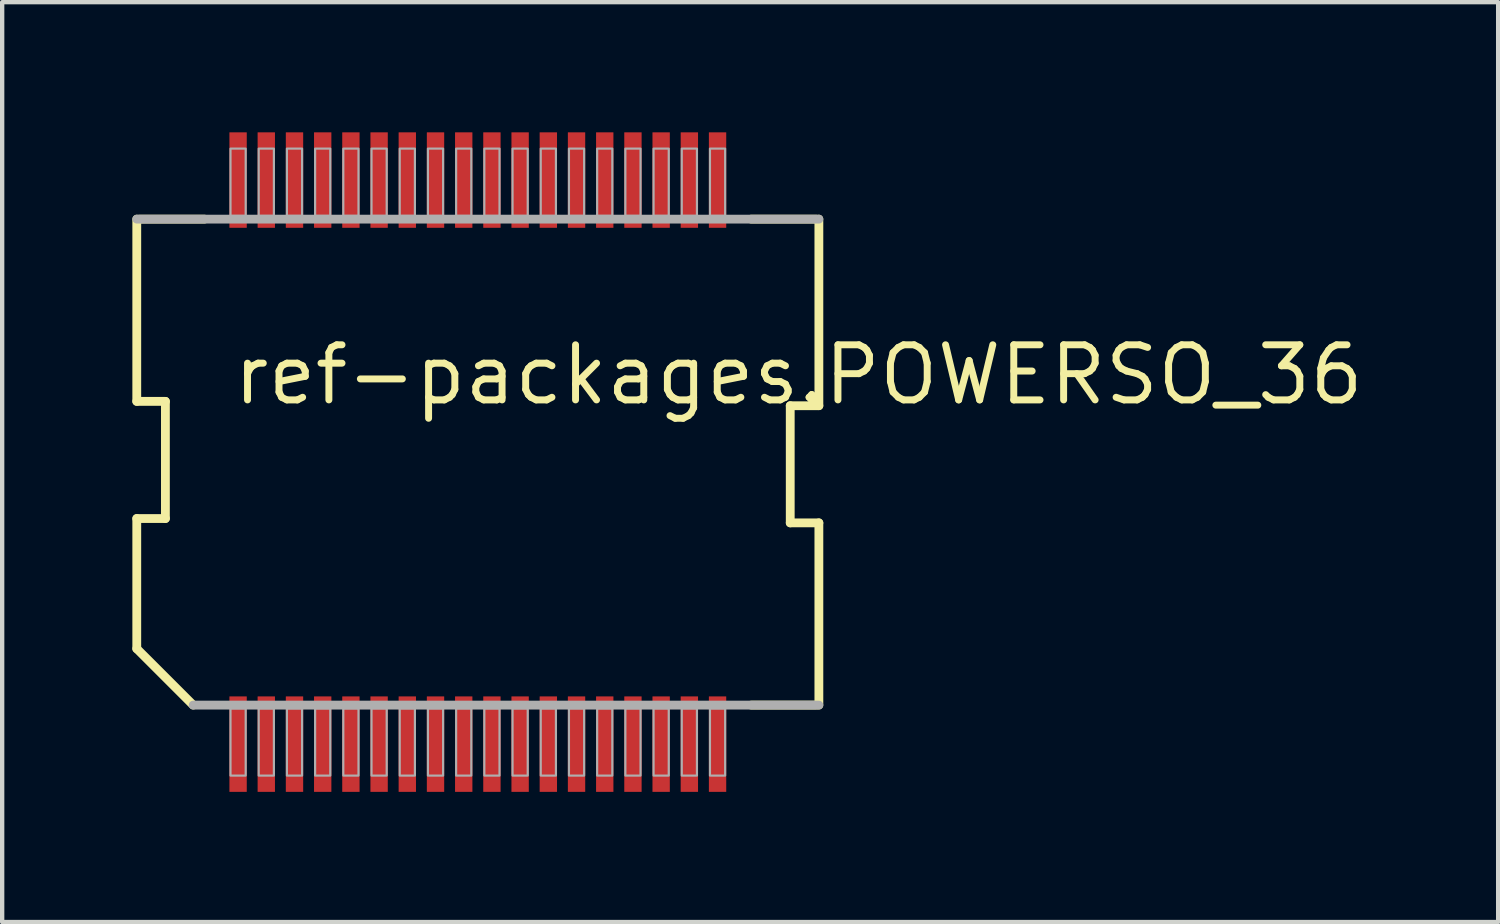
<source format=kicad_pcb>
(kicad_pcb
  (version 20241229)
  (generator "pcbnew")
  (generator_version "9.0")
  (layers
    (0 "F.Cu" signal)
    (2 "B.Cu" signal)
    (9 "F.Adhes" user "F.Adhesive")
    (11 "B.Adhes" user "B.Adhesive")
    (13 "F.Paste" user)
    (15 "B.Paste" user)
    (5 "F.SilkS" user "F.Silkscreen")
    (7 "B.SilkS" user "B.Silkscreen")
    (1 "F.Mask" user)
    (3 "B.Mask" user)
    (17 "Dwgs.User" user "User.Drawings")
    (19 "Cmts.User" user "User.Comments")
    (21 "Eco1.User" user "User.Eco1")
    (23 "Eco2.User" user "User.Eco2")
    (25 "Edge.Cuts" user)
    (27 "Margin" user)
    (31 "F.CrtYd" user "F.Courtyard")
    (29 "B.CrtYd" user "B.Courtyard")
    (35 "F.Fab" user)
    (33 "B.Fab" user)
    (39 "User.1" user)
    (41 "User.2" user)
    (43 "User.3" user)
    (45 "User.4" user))
  (footprint "ref-packages.POWERSO_36"
    (layer "F.Cu")
    (at 7.962 7.6)
    (property "Reference" "ref-packages.POWERSO_36" (at -5.715 -1.27 0) (layer "F.SilkS") (effects (font (size 1.27 1.27) (thickness 0.16)) (justify left bottom)))
    (attr smd)
    (fp_line (start -7.86 -1.4) (end -7.86 -5.6) (stroke (width 0.203) (type default)) (layer "F.SilkS"))
    (fp_line (start -7.86 1.3) (end -7.2 1.3) (stroke (width 0.203) (type default)) (layer "F.SilkS"))
    (fp_line (start -7.86 4.3) (end -7.86 1.3) (stroke (width 0.203) (type default)) (layer "F.SilkS"))
    (fp_line (start -7.8 -5.6) (end -6.3 -5.6) (stroke (width 0.203) (type default)) (layer "F.SilkS"))
    (fp_line (start -7.2 -1.4) (end -7.86 -1.4) (stroke (width 0.203) (type default)) (layer "F.SilkS"))
    (fp_line (start -7.2 1.3) (end -7.2 -1.4) (stroke (width 0.203) (type default)) (layer "F.SilkS"))
    (fp_line (start -6.56 5.6) (end -7.86 4.3) (stroke (width 0.203) (type default)) (layer "F.SilkS"))
    (fp_line (start 7.2 -1.3) (end 7.2 1.4) (stroke (width 0.203) (type default)) (layer "F.SilkS"))
    (fp_line (start 7.2 1.4) (end 7.86 1.4) (stroke (width 0.203) (type default)) (layer "F.SilkS"))
    (fp_line (start 7.8 -5.6) (end 6.3 -5.6) (stroke (width 0.203) (type default)) (layer "F.SilkS"))
    (fp_line (start 7.8 5.6) (end 6.3 5.6) (stroke (width 0.203) (type default)) (layer "F.SilkS"))
    (fp_line (start 7.86 -5.6) (end 7.86 -1.3) (stroke (width 0.203) (type default)) (layer "F.SilkS"))
    (fp_line (start 7.86 -1.3) (end 7.2 -1.3) (stroke (width 0.203) (type default)) (layer "F.SilkS"))
    (fp_line (start 7.86 1.4) (end 7.86 5.6) (stroke (width 0.203) (type default)) (layer "F.SilkS"))
    (fp_line (start -7.86 -5.6) (end 7.86 -5.6) (stroke (width 0.203) (type default)) (layer "F.Fab"))
    (fp_line (start 7.86 5.6) (end -6.56 5.6) (stroke (width 0.203) (type default)) (layer "F.Fab"))
    (fp_rect (start -5.7 -5.675) (end -5.35 -7.225) (stroke (width 0.05) (type default)) (fill no) (layer "F.Fab"))
    (fp_rect (start -5.7 7.225) (end -5.35 5.675) (stroke (width 0.05) (type default)) (fill no) (layer "F.Fab"))
    (fp_rect (start -5.05 -5.675) (end -4.7 -7.225) (stroke (width 0.05) (type default)) (fill no) (layer "F.Fab"))
    (fp_rect (start -5.05 7.225) (end -4.7 5.675) (stroke (width 0.05) (type default)) (fill no) (layer "F.Fab"))
    (fp_rect (start -4.4 -5.675) (end -4.05 -7.225) (stroke (width 0.05) (type default)) (fill no) (layer "F.Fab"))
    (fp_rect (start -4.4 7.225) (end -4.05 5.675) (stroke (width 0.05) (type default)) (fill no) (layer "F.Fab"))
    (fp_rect (start -3.75 -5.675) (end -3.4 -7.225) (stroke (width 0.05) (type default)) (fill no) (layer "F.Fab"))
    (fp_rect (start -3.75 7.225) (end -3.4 5.675) (stroke (width 0.05) (type default)) (fill no) (layer "F.Fab"))
    (fp_rect (start -3.1 -5.675) (end -2.75 -7.225) (stroke (width 0.05) (type default)) (fill no) (layer "F.Fab"))
    (fp_rect (start -3.1 7.225) (end -2.75 5.675) (stroke (width 0.05) (type default)) (fill no) (layer "F.Fab"))
    (fp_rect (start -2.45 -5.675) (end -2.1 -7.225) (stroke (width 0.05) (type default)) (fill no) (layer "F.Fab"))
    (fp_rect (start -2.45 7.225) (end -2.1 5.675) (stroke (width 0.05) (type default)) (fill no) (layer "F.Fab"))
    (fp_rect (start -1.8 -5.675) (end -1.45 -7.225) (stroke (width 0.05) (type default)) (fill no) (layer "F.Fab"))
    (fp_rect (start -1.8 7.225) (end -1.45 5.675) (stroke (width 0.05) (type default)) (fill no) (layer "F.Fab"))
    (fp_rect (start -1.15 -5.675) (end -0.8 -7.225) (stroke (width 0.05) (type default)) (fill no) (layer "F.Fab"))
    (fp_rect (start -1.15 7.225) (end -0.8 5.675) (stroke (width 0.05) (type default)) (fill no) (layer "F.Fab"))
    (fp_rect (start -0.5 -5.675) (end -0.15 -7.225) (stroke (width 0.05) (type default)) (fill no) (layer "F.Fab"))
    (fp_rect (start -0.5 7.225) (end -0.15 5.675) (stroke (width 0.05) (type default)) (fill no) (layer "F.Fab"))
    (fp_rect (start 0.15 -5.675) (end 0.5 -7.225) (stroke (width 0.05) (type default)) (fill no) (layer "F.Fab"))
    (fp_rect (start 0.15 7.225) (end 0.5 5.675) (stroke (width 0.05) (type default)) (fill no) (layer "F.Fab"))
    (fp_rect (start 0.8 -5.675) (end 1.15 -7.225) (stroke (width 0.05) (type default)) (fill no) (layer "F.Fab"))
    (fp_rect (start 0.8 7.225) (end 1.15 5.675) (stroke (width 0.05) (type default)) (fill no) (layer "F.Fab"))
    (fp_rect (start 1.45 -5.675) (end 1.8 -7.225) (stroke (width 0.05) (type default)) (fill no) (layer "F.Fab"))
    (fp_rect (start 1.45 7.225) (end 1.8 5.675) (stroke (width 0.05) (type default)) (fill no) (layer "F.Fab"))
    (fp_rect (start 2.1 -5.675) (end 2.45 -7.225) (stroke (width 0.05) (type default)) (fill no) (layer "F.Fab"))
    (fp_rect (start 2.1 7.225) (end 2.45 5.675) (stroke (width 0.05) (type default)) (fill no) (layer "F.Fab"))
    (fp_rect (start 2.75 -5.675) (end 3.1 -7.225) (stroke (width 0.05) (type default)) (fill no) (layer "F.Fab"))
    (fp_rect (start 2.75 7.225) (end 3.1 5.675) (stroke (width 0.05) (type default)) (fill no) (layer "F.Fab"))
    (fp_rect (start 3.4 -5.675) (end 3.75 -7.225) (stroke (width 0.05) (type default)) (fill no) (layer "F.Fab"))
    (fp_rect (start 3.4 7.225) (end 3.75 5.675) (stroke (width 0.05) (type default)) (fill no) (layer "F.Fab"))
    (fp_rect (start 4.05 -5.675) (end 4.4 -7.225) (stroke (width 0.05) (type default)) (fill no) (layer "F.Fab"))
    (fp_rect (start 4.05 7.225) (end 4.4 5.675) (stroke (width 0.05) (type default)) (fill no) (layer "F.Fab"))
    (fp_rect (start 4.7 -5.675) (end 5.05 -7.225) (stroke (width 0.05) (type default)) (fill no) (layer "F.Fab"))
    (fp_rect (start 4.7 7.225) (end 5.05 5.675) (stroke (width 0.05) (type default)) (fill no) (layer "F.Fab"))
    (fp_rect (start 5.35 -5.675) (end 5.7 -7.225) (stroke (width 0.05) (type default)) (fill no) (layer "F.Fab"))
    (fp_rect (start 5.35 7.225) (end 5.7 5.675) (stroke (width 0.05) (type default)) (fill no) (layer "F.Fab"))
    (pad "1" smd roundrect (at -5.525 6.5) (size 0.4 2.2) (layers "F.Cu" "F.Mask" "F.Paste") (roundrect_rratio 0.01))
    (pad "2" smd roundrect (at -4.875 6.5) (size 0.4 2.2) (layers "F.Cu" "F.Mask" "F.Paste") (roundrect_rratio 0.01))
    (pad "3" smd roundrect (at -4.225 6.5) (size 0.4 2.2) (layers "F.Cu" "F.Mask" "F.Paste") (roundrect_rratio 0.01))
    (pad "4" smd roundrect (at -3.575 6.5) (size 0.4 2.2) (layers "F.Cu" "F.Mask" "F.Paste") (roundrect_rratio 0.01))
    (pad "5" smd roundrect (at -2.925 6.5) (size 0.4 2.2) (layers "F.Cu" "F.Mask" "F.Paste") (roundrect_rratio 0.01))
    (pad "6" smd roundrect (at -2.275 6.5) (size 0.4 2.2) (layers "F.Cu" "F.Mask" "F.Paste") (roundrect_rratio 0.01))
    (pad "7" smd roundrect (at -1.625 6.5) (size 0.4 2.2) (layers "F.Cu" "F.Mask" "F.Paste") (roundrect_rratio 0.01))
    (pad "8" smd roundrect (at -0.975 6.5) (size 0.4 2.2) (layers "F.Cu" "F.Mask" "F.Paste") (roundrect_rratio 0.01))
    (pad "9" smd roundrect (at -0.325 6.5) (size 0.4 2.2) (layers "F.Cu" "F.Mask" "F.Paste") (roundrect_rratio 0.01))
    (pad "10" smd roundrect (at 0.325 6.5) (size 0.4 2.2) (layers "F.Cu" "F.Mask" "F.Paste") (roundrect_rratio 0.01))
    (pad "11" smd roundrect (at 0.975 6.5) (size 0.4 2.2) (layers "F.Cu" "F.Mask" "F.Paste") (roundrect_rratio 0.01))
    (pad "12" smd roundrect (at 1.625 6.5) (size 0.4 2.2) (layers "F.Cu" "F.Mask" "F.Paste") (roundrect_rratio 0.01))
    (pad "13" smd roundrect (at 2.275 6.5) (size 0.4 2.2) (layers "F.Cu" "F.Mask" "F.Paste") (roundrect_rratio 0.01))
    (pad "14" smd roundrect (at 2.925 6.5) (size 0.4 2.2) (layers "F.Cu" "F.Mask" "F.Paste") (roundrect_rratio 0.01))
    (pad "15" smd roundrect (at 3.575 6.5) (size 0.4 2.2) (layers "F.Cu" "F.Mask" "F.Paste") (roundrect_rratio 0.01))
    (pad "16" smd roundrect (at 4.225 6.5) (size 0.4 2.2) (layers "F.Cu" "F.Mask" "F.Paste") (roundrect_rratio 0.01))
    (pad "17" smd roundrect (at 4.875 6.5) (size 0.4 2.2) (layers "F.Cu" "F.Mask" "F.Paste") (roundrect_rratio 0.01))
    (pad "18" smd roundrect (at 5.525 6.5) (size 0.4 2.2) (layers "F.Cu" "F.Mask" "F.Paste") (roundrect_rratio 0.01))
    (pad "19" smd roundrect (at 5.525 -6.5) (size 0.4 2.2) (layers "F.Cu" "F.Mask" "F.Paste") (roundrect_rratio 0.01))
    (pad "20" smd roundrect (at 4.875 -6.5) (size 0.4 2.2) (layers "F.Cu" "F.Mask" "F.Paste") (roundrect_rratio 0.01))
    (pad "21" smd roundrect (at 4.225 -6.5) (size 0.4 2.2) (layers "F.Cu" "F.Mask" "F.Paste") (roundrect_rratio 0.01))
    (pad "22" smd roundrect (at 3.575 -6.5) (size 0.4 2.2) (layers "F.Cu" "F.Mask" "F.Paste") (roundrect_rratio 0.01))
    (pad "23" smd roundrect (at 2.925 -6.5) (size 0.4 2.2) (layers "F.Cu" "F.Mask" "F.Paste") (roundrect_rratio 0.01))
    (pad "24" smd roundrect (at 2.275 -6.5) (size 0.4 2.2) (layers "F.Cu" "F.Mask" "F.Paste") (roundrect_rratio 0.01))
    (pad "25" smd roundrect (at 1.625 -6.5) (size 0.4 2.2) (layers "F.Cu" "F.Mask" "F.Paste") (roundrect_rratio 0.01))
    (pad "26" smd roundrect (at 0.975 -6.5) (size 0.4 2.2) (layers "F.Cu" "F.Mask" "F.Paste") (roundrect_rratio 0.01))
    (pad "27" smd roundrect (at 0.325 -6.5) (size 0.4 2.2) (layers "F.Cu" "F.Mask" "F.Paste") (roundrect_rratio 0.01))
    (pad "28" smd roundrect (at -0.325 -6.5) (size 0.4 2.2) (layers "F.Cu" "F.Mask" "F.Paste") (roundrect_rratio 0.01))
    (pad "29" smd roundrect (at -0.975 -6.5) (size 0.4 2.2) (layers "F.Cu" "F.Mask" "F.Paste") (roundrect_rratio 0.01))
    (pad "30" smd roundrect (at -1.625 -6.5) (size 0.4 2.2) (layers "F.Cu" "F.Mask" "F.Paste") (roundrect_rratio 0.01))
    (pad "31" smd roundrect (at -2.275 -6.5) (size 0.4 2.2) (layers "F.Cu" "F.Mask" "F.Paste") (roundrect_rratio 0.01))
    (pad "32" smd roundrect (at -2.925 -6.5) (size 0.4 2.2) (layers "F.Cu" "F.Mask" "F.Paste") (roundrect_rratio 0.01))
    (pad "33" smd roundrect (at -3.575 -6.5) (size 0.4 2.2) (layers "F.Cu" "F.Mask" "F.Paste") (roundrect_rratio 0.01))
    (pad "34" smd roundrect (at -4.225 -6.5) (size 0.4 2.2) (layers "F.Cu" "F.Mask" "F.Paste") (roundrect_rratio 0.01))
    (pad "35" smd roundrect (at -4.875 -6.5) (size 0.4 2.2) (layers "F.Cu" "F.Mask" "F.Paste") (roundrect_rratio 0.01))
    (pad "36" smd roundrect (at -5.525 -6.5) (size 0.4 2.2) (layers "F.Cu" "F.Mask" "F.Paste") (roundrect_rratio 0.01)))
  (gr_rect
    (start -3 -3)
    (end 31.477 18.2)
    (stroke (width 0.1) (type default))
    (fill no)
    (layer "Edge.Cuts")))
</source>
